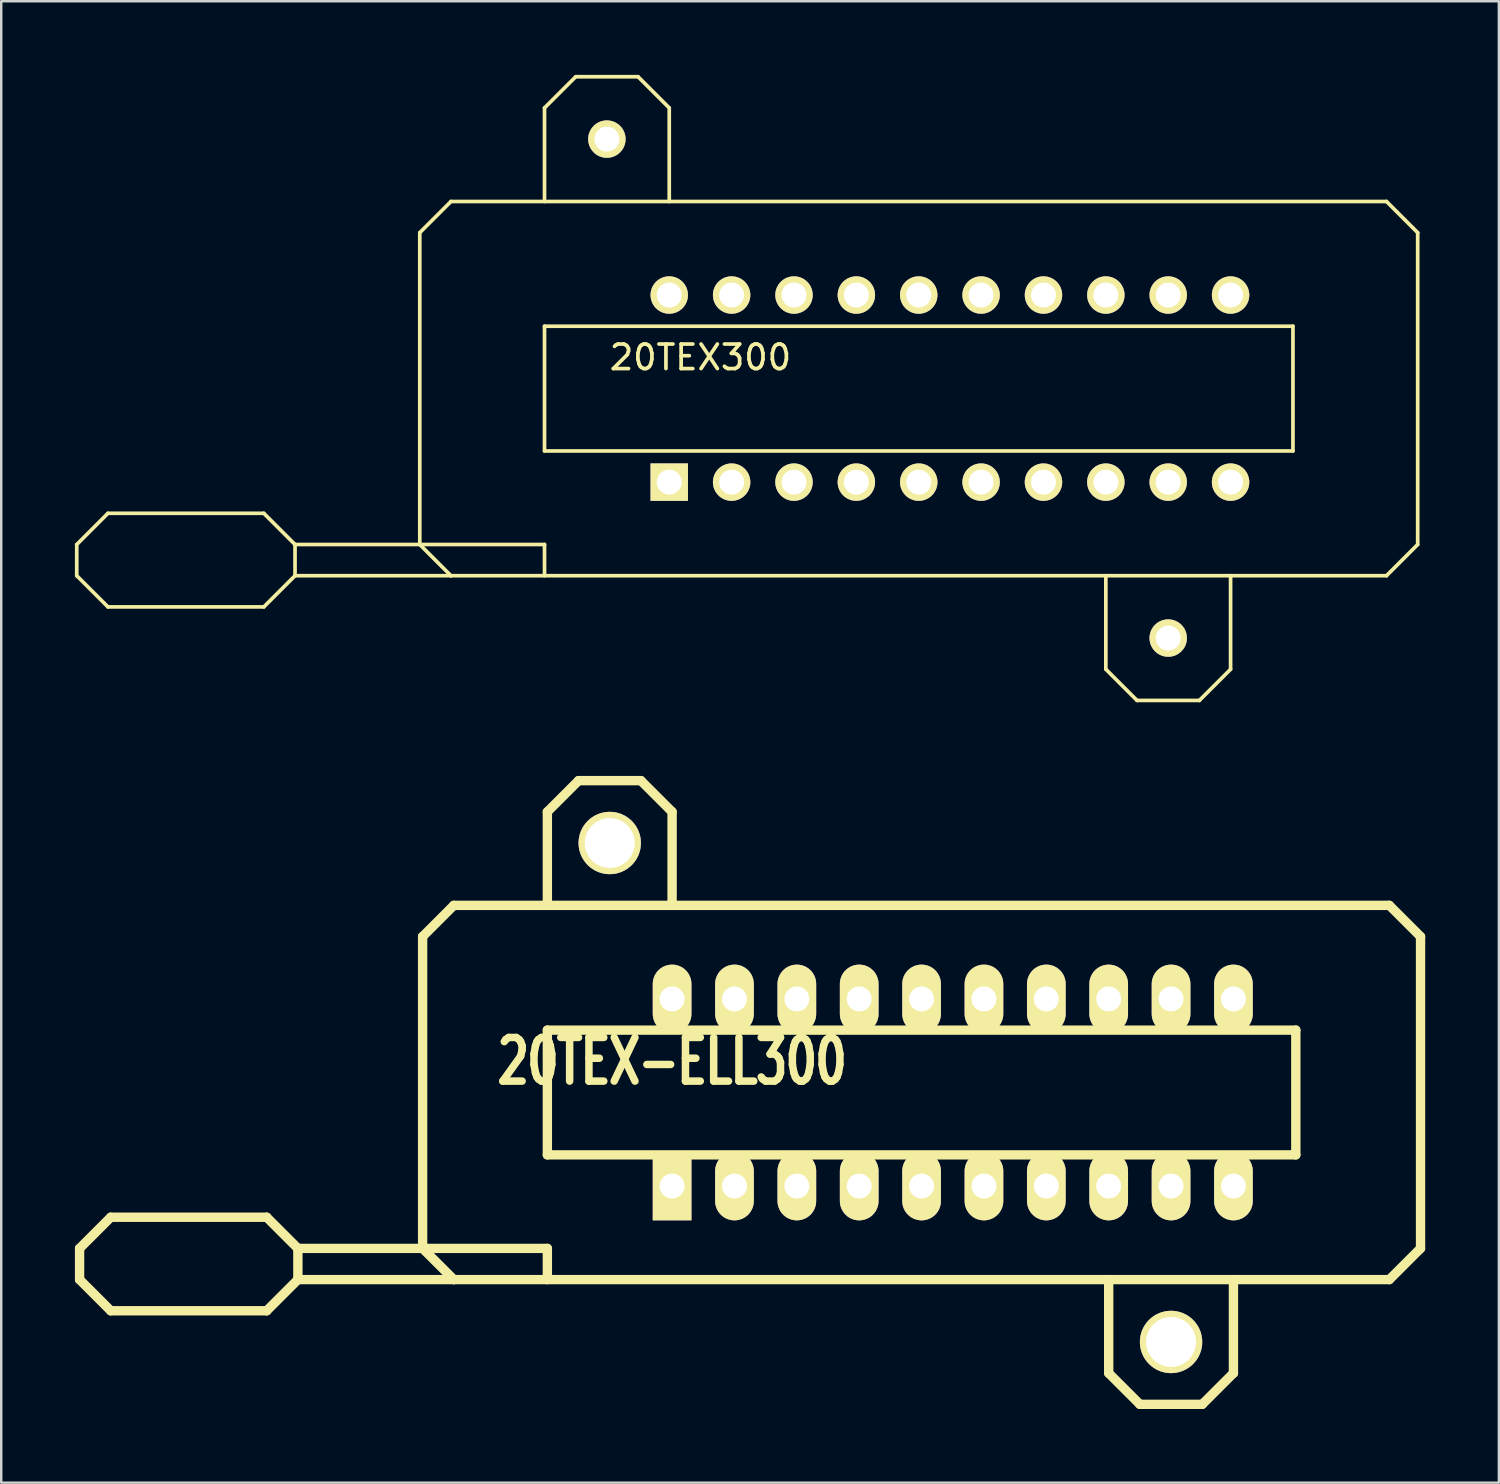
<source format=kicad_pcb>
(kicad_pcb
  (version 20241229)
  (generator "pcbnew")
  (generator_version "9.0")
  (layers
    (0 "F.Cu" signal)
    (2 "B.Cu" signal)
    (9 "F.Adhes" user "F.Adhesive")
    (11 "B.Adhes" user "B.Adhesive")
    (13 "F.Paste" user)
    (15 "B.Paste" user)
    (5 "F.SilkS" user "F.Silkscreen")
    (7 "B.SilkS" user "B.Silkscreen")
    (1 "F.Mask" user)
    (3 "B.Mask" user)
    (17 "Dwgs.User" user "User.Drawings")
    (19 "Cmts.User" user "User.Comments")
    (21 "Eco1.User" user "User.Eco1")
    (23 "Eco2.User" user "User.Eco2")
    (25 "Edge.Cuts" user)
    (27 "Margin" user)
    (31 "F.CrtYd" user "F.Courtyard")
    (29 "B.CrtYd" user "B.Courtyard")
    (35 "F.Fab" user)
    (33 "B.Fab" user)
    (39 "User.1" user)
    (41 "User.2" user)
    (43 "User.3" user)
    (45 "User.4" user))
  (footprint "20TEX300"
    (layer "F.Cu")
    (at 35.635 12.775)
    (property "Reference" "20TEX300" (at -10.16 -1.27 180) (layer "F.SilkS") (effects (font (size 1 1) (thickness 0.15))))
    (attr through_hole)
    (fp_line (start -35.56 6.35) (end -35.56 7.62) (stroke (width 0.15) (type solid)) (layer "F.SilkS"))
    (fp_line (start -35.56 7.62) (end -34.29 8.89) (stroke (width 0.15) (type solid)) (layer "F.SilkS"))
    (fp_line (start -34.29 5.08) (end -35.56 6.35) (stroke (width 0.15) (type solid)) (layer "F.SilkS"))
    (fp_line (start -34.29 8.89) (end -27.94 8.89) (stroke (width 0.15) (type solid)) (layer "F.SilkS"))
    (fp_line (start -27.94 5.08) (end -34.29 5.08) (stroke (width 0.15) (type solid)) (layer "F.SilkS"))
    (fp_line (start -27.94 8.89) (end -26.67 7.62) (stroke (width 0.15) (type solid)) (layer "F.SilkS"))
    (fp_line (start -26.67 6.35) (end -27.94 5.08) (stroke (width 0.15) (type solid)) (layer "F.SilkS"))
    (fp_line (start -26.67 6.35) (end -16.51 6.35) (stroke (width 0.15) (type solid)) (layer "F.SilkS"))
    (fp_line (start -26.67 7.62) (end -26.67 6.35) (stroke (width 0.15) (type solid)) (layer "F.SilkS"))
    (fp_line (start -26.67 7.62) (end -20.32 7.62) (stroke (width 0.15) (type solid)) (layer "F.SilkS"))
    (fp_line (start -21.59 -6.35) (end -20.32 -7.62) (stroke (width 0.15) (type solid)) (layer "F.SilkS"))
    (fp_line (start -21.59 6.35) (end -21.59 -6.35) (stroke (width 0.15) (type solid)) (layer "F.SilkS"))
    (fp_line (start -20.32 -7.62) (end 17.78 -7.62) (stroke (width 0.15) (type solid)) (layer "F.SilkS"))
    (fp_line (start -20.32 7.62) (end -21.59 6.35) (stroke (width 0.15) (type solid)) (layer "F.SilkS"))
    (fp_line (start -16.51 -11.43) (end -16.51 -7.62) (stroke (width 0.15) (type solid)) (layer "F.SilkS"))
    (fp_line (start -16.51 -2.54) (end -16.51 2.54) (stroke (width 0.15) (type solid)) (layer "F.SilkS"))
    (fp_line (start -16.51 2.54) (end 13.97 2.54) (stroke (width 0.15) (type solid)) (layer "F.SilkS"))
    (fp_line (start -16.51 6.35) (end -16.51 7.62) (stroke (width 0.15) (type solid)) (layer "F.SilkS"))
    (fp_line (start -15.24 -12.7) (end -16.51 -11.43) (stroke (width 0.15) (type solid)) (layer "F.SilkS"))
    (fp_line (start -12.7 -12.7) (end -15.24 -12.7) (stroke (width 0.15) (type solid)) (layer "F.SilkS"))
    (fp_line (start -11.43 -11.43) (end -12.7 -12.7) (stroke (width 0.15) (type solid)) (layer "F.SilkS"))
    (fp_line (start -11.43 -7.62) (end -11.43 -11.43) (stroke (width 0.15) (type solid)) (layer "F.SilkS"))
    (fp_line (start 6.35 11.43) (end 6.35 7.62) (stroke (width 0.15) (type solid)) (layer "F.SilkS"))
    (fp_line (start 7.62 12.7) (end 6.35 11.43) (stroke (width 0.15) (type solid)) (layer "F.SilkS"))
    (fp_line (start 10.16 12.7) (end 7.62 12.7) (stroke (width 0.15) (type solid)) (layer "F.SilkS"))
    (fp_line (start 11.43 11.43) (end 10.16 12.7) (stroke (width 0.15) (type solid)) (layer "F.SilkS"))
    (fp_line (start 11.43 11.43) (end 11.43 7.62) (stroke (width 0.15) (type solid)) (layer "F.SilkS"))
    (fp_line (start 13.97 -2.54) (end -16.51 -2.54) (stroke (width 0.15) (type solid)) (layer "F.SilkS"))
    (fp_line (start 13.97 2.54) (end 13.97 -2.54) (stroke (width 0.15) (type solid)) (layer "F.SilkS"))
    (fp_line (start 17.78 -7.62) (end 19.05 -6.35) (stroke (width 0.15) (type solid)) (layer "F.SilkS"))
    (fp_line (start 17.78 7.62) (end -20.32 7.62) (stroke (width 0.15) (type solid)) (layer "F.SilkS"))
    (fp_line (start 19.05 -6.35) (end 19.05 6.35) (stroke (width 0.15) (type solid)) (layer "F.SilkS"))
    (fp_line (start 19.05 6.35) (end 17.78 7.62) (stroke (width 0.15) (type solid)) (layer "F.SilkS"))
    (pad "1" thru_hole rect (at -11.43 3.81) (size 1.524 1.524) (drill 1.016) (layers "*.Cu" "*.Mask" "F.SilkS"))
    (pad "2" thru_hole circle (at -8.89 3.81) (size 1.524 1.524) (drill 1.016) (layers "*.Cu" "*.Mask" "F.SilkS"))
    (pad "3" thru_hole circle (at -6.35 3.81) (size 1.524 1.524) (drill 1.016) (layers "*.Cu" "*.Mask" "F.SilkS"))
    (pad "4" thru_hole circle (at -3.81 3.81) (size 1.524 1.524) (drill 1.016) (layers "*.Cu" "*.Mask" "F.SilkS"))
    (pad "5" thru_hole circle (at -1.27 3.81) (size 1.524 1.524) (drill 1.016) (layers "*.Cu" "*.Mask" "F.SilkS"))
    (pad "6" thru_hole circle (at 1.27 3.81) (size 1.524 1.524) (drill 1.016) (layers "*.Cu" "*.Mask" "F.SilkS"))
    (pad "7" thru_hole circle (at 3.81 3.81) (size 1.524 1.524) (drill 1.016) (layers "*.Cu" "*.Mask" "F.SilkS"))
    (pad "8" thru_hole circle (at 6.35 3.81) (size 1.524 1.524) (drill 1.016) (layers "*.Cu" "*.Mask" "F.SilkS"))
    (pad "9" thru_hole circle (at 8.89 3.81) (size 1.524 1.524) (drill 1.016) (layers "*.Cu" "*.Mask" "F.SilkS"))
    (pad "10" thru_hole circle (at 11.43 3.81) (size 1.524 1.524) (drill 1.016) (layers "*.Cu" "*.Mask" "F.SilkS"))
    (pad "11" thru_hole circle (at 11.43 -3.81) (size 1.524 1.524) (drill 1.016) (layers "*.Cu" "*.Mask" "F.SilkS"))
    (pad "12" thru_hole circle (at 8.89 -3.81) (size 1.524 1.524) (drill 1.016) (layers "*.Cu" "*.Mask" "F.SilkS"))
    (pad "13" thru_hole circle (at 6.35 -3.81) (size 1.524 1.524) (drill 1.016) (layers "*.Cu" "*.Mask" "F.SilkS"))
    (pad "14" thru_hole circle (at 3.81 -3.81) (size 1.524 1.524) (drill 1.016) (layers "*.Cu" "*.Mask" "F.SilkS"))
    (pad "15" thru_hole circle (at 1.27 -3.81) (size 1.524 1.524) (drill 1.016) (layers "*.Cu" "*.Mask" "F.SilkS"))
    (pad "16" thru_hole circle (at -1.27 -3.81) (size 1.524 1.524) (drill 1.016) (layers "*.Cu" "*.Mask" "F.SilkS"))
    (pad "17" thru_hole circle (at -3.81 -3.81) (size 1.524 1.524) (drill 1.016) (layers "*.Cu" "*.Mask" "F.SilkS"))
    (pad "18" thru_hole circle (at -6.35 -3.81) (size 1.524 1.524) (drill 1.016) (layers "*.Cu" "*.Mask" "F.SilkS"))
    (pad "19" thru_hole circle (at -8.89 -3.81) (size 1.524 1.524) (drill 1.016) (layers "*.Cu" "*.Mask" "F.SilkS"))
    (pad "20" thru_hole circle (at -11.43 -3.81) (size 1.524 1.524) (drill 1.016) (layers "*.Cu" "*.Mask" "F.SilkS"))
    (pad "HOLE" thru_hole circle (at -13.97 -10.16) (size 1.524 1.524) (drill 1.016) (layers "*.Cu" "*.Mask" "F.SilkS"))
    (pad "HOLE" thru_hole circle (at 8.89 10.16) (size 1.524 1.524) (drill 1.016) (layers "*.Cu" "*.Mask" "F.SilkS")))
  (footprint "20TEX-ELL300"
    (layer "F.Cu")
    (at 35.751 41.441)
    (property "Reference" "20TEX-ELL300" (at -11.43 -1.27 180) (layer "F.SilkS") (effects (font (size 1.778 1.27) (thickness 0.305))))
    (attr through_hole)
    (fp_line (start -35.56 6.35) (end -35.56 7.62) (stroke (width 0.381) (type solid)) (layer "F.SilkS"))
    (fp_line (start -35.56 7.62) (end -34.29 8.89) (stroke (width 0.381) (type solid)) (layer "F.SilkS"))
    (fp_line (start -34.29 5.08) (end -35.56 6.35) (stroke (width 0.381) (type solid)) (layer "F.SilkS"))
    (fp_line (start -34.29 8.89) (end -27.94 8.89) (stroke (width 0.381) (type solid)) (layer "F.SilkS"))
    (fp_line (start -27.94 5.08) (end -34.29 5.08) (stroke (width 0.381) (type solid)) (layer "F.SilkS"))
    (fp_line (start -27.94 8.89) (end -26.67 7.62) (stroke (width 0.381) (type solid)) (layer "F.SilkS"))
    (fp_line (start -26.67 6.35) (end -27.94 5.08) (stroke (width 0.381) (type solid)) (layer "F.SilkS"))
    (fp_line (start -26.67 6.35) (end -16.51 6.35) (stroke (width 0.381) (type solid)) (layer "F.SilkS"))
    (fp_line (start -26.67 7.62) (end -26.67 6.35) (stroke (width 0.381) (type solid)) (layer "F.SilkS"))
    (fp_line (start -26.67 7.62) (end -20.32 7.62) (stroke (width 0.381) (type solid)) (layer "F.SilkS"))
    (fp_line (start -21.59 -6.35) (end -20.32 -7.62) (stroke (width 0.381) (type solid)) (layer "F.SilkS"))
    (fp_line (start -21.59 6.35) (end -21.59 -6.35) (stroke (width 0.381) (type solid)) (layer "F.SilkS"))
    (fp_line (start -20.32 -7.62) (end 17.78 -7.62) (stroke (width 0.381) (type solid)) (layer "F.SilkS"))
    (fp_line (start -20.32 7.62) (end -21.59 6.35) (stroke (width 0.381) (type solid)) (layer "F.SilkS"))
    (fp_line (start -16.51 -11.43) (end -16.51 -7.62) (stroke (width 0.381) (type solid)) (layer "F.SilkS"))
    (fp_line (start -16.51 -2.54) (end -16.51 2.54) (stroke (width 0.381) (type solid)) (layer "F.SilkS"))
    (fp_line (start -16.51 2.54) (end 13.97 2.54) (stroke (width 0.381) (type solid)) (layer "F.SilkS"))
    (fp_line (start -16.51 6.35) (end -16.51 7.62) (stroke (width 0.381) (type solid)) (layer "F.SilkS"))
    (fp_line (start -15.24 -12.7) (end -16.51 -11.43) (stroke (width 0.381) (type solid)) (layer "F.SilkS"))
    (fp_line (start -12.7 -12.7) (end -15.24 -12.7) (stroke (width 0.381) (type solid)) (layer "F.SilkS"))
    (fp_line (start -11.43 -11.43) (end -12.7 -12.7) (stroke (width 0.381) (type solid)) (layer "F.SilkS"))
    (fp_line (start -11.43 -7.62) (end -11.43 -11.43) (stroke (width 0.381) (type solid)) (layer "F.SilkS"))
    (fp_line (start 6.35 11.43) (end 6.35 7.62) (stroke (width 0.381) (type solid)) (layer "F.SilkS"))
    (fp_line (start 7.62 12.7) (end 6.35 11.43) (stroke (width 0.381) (type solid)) (layer "F.SilkS"))
    (fp_line (start 10.16 12.7) (end 7.62 12.7) (stroke (width 0.381) (type solid)) (layer "F.SilkS"))
    (fp_line (start 11.43 11.43) (end 10.16 12.7) (stroke (width 0.381) (type solid)) (layer "F.SilkS"))
    (fp_line (start 11.43 11.43) (end 11.43 7.62) (stroke (width 0.381) (type solid)) (layer "F.SilkS"))
    (fp_line (start 13.97 -2.54) (end -16.51 -2.54) (stroke (width 0.381) (type solid)) (layer "F.SilkS"))
    (fp_line (start 13.97 2.54) (end 13.97 -2.54) (stroke (width 0.381) (type solid)) (layer "F.SilkS"))
    (fp_line (start 17.78 -7.62) (end 19.05 -6.35) (stroke (width 0.381) (type solid)) (layer "F.SilkS"))
    (fp_line (start 17.78 7.62) (end -20.32 7.62) (stroke (width 0.381) (type solid)) (layer "F.SilkS"))
    (fp_line (start 19.05 -6.35) (end 19.05 6.35) (stroke (width 0.381) (type solid)) (layer "F.SilkS"))
    (fp_line (start 19.05 6.35) (end 17.78 7.62) (stroke (width 0.381) (type solid)) (layer "F.SilkS"))
    (pad "1" thru_hole rect (at -11.43 3.81) (size 1.575 2.794) (drill 1.016) (layers "*.Cu" "*.Mask" "F.SilkS"))
    (pad "2" thru_hole oval (at -8.89 3.81) (size 1.575 2.794) (drill 1.016) (layers "*.Cu" "*.Mask" "F.SilkS"))
    (pad "3" thru_hole oval (at -6.35 3.81) (size 1.575 2.794) (drill 1.016) (layers "*.Cu" "*.Mask" "F.SilkS"))
    (pad "4" thru_hole oval (at -3.81 3.81) (size 1.575 2.794) (drill 1.016) (layers "*.Cu" "*.Mask" "F.SilkS"))
    (pad "5" thru_hole oval (at -1.27 3.81) (size 1.575 2.794) (drill 1.016) (layers "*.Cu" "*.Mask" "F.SilkS"))
    (pad "6" thru_hole oval (at 1.27 3.81) (size 1.575 2.794) (drill 1.016) (layers "*.Cu" "*.Mask" "F.SilkS"))
    (pad "7" thru_hole oval (at 3.81 3.81) (size 1.575 2.794) (drill 1.016) (layers "*.Cu" "*.Mask" "F.SilkS"))
    (pad "8" thru_hole oval (at 6.35 3.81) (size 1.575 2.794) (drill 1.016) (layers "*.Cu" "*.Mask" "F.SilkS"))
    (pad "9" thru_hole oval (at 8.89 3.81) (size 1.575 2.794) (drill 1.016) (layers "*.Cu" "*.Mask" "F.SilkS"))
    (pad "10" thru_hole oval (at 11.43 3.81) (size 1.575 2.794) (drill 1.016) (layers "*.Cu" "*.Mask" "F.SilkS"))
    (pad "11" thru_hole oval (at 11.43 -3.81) (size 1.575 2.794) (drill 1.016) (layers "*.Cu" "*.Mask" "F.SilkS"))
    (pad "12" thru_hole oval (at 8.89 -3.81) (size 1.575 2.794) (drill 1.016) (layers "*.Cu" "*.Mask" "F.SilkS"))
    (pad "13" thru_hole oval (at 6.35 -3.81) (size 1.575 2.794) (drill 1.016) (layers "*.Cu" "*.Mask" "F.SilkS"))
    (pad "14" thru_hole oval (at 3.81 -3.81) (size 1.575 2.794) (drill 1.016) (layers "*.Cu" "*.Mask" "F.SilkS"))
    (pad "15" thru_hole oval (at 1.27 -3.81) (size 1.575 2.794) (drill 1.016) (layers "*.Cu" "*.Mask" "F.SilkS"))
    (pad "16" thru_hole oval (at -1.27 -3.81) (size 1.575 2.794) (drill 1.016) (layers "*.Cu" "*.Mask" "F.SilkS"))
    (pad "17" thru_hole oval (at -3.81 -3.81) (size 1.575 2.794) (drill 1.016) (layers "*.Cu" "*.Mask" "F.SilkS"))
    (pad "18" thru_hole oval (at -6.35 -3.81) (size 1.575 2.794) (drill 1.016) (layers "*.Cu" "*.Mask" "F.SilkS"))
    (pad "19" thru_hole oval (at -8.89 -3.81) (size 1.575 2.794) (drill 1.016) (layers "*.Cu" "*.Mask" "F.SilkS"))
    (pad "20" thru_hole oval (at -11.43 -3.81) (size 1.575 2.794) (drill 1.016) (layers "*.Cu" "*.Mask" "F.SilkS"))
    (pad "HOLE" thru_hole circle (at -13.97 -10.16) (size 2.54 2.54) (drill 2.032) (layers "*.Cu" "*.Mask" "F.SilkS"))
    (pad "HOLE" thru_hole circle (at 8.89 10.16) (size 2.54 2.54) (drill 2.032) (layers "*.Cu" "*.Mask" "F.SilkS")))
  (gr_rect
    (start -3 -3)
    (end 57.991 57.331)
    (stroke (width 0.1) (type default))
    (fill no)
    (layer "Edge.Cuts")))
</source>
